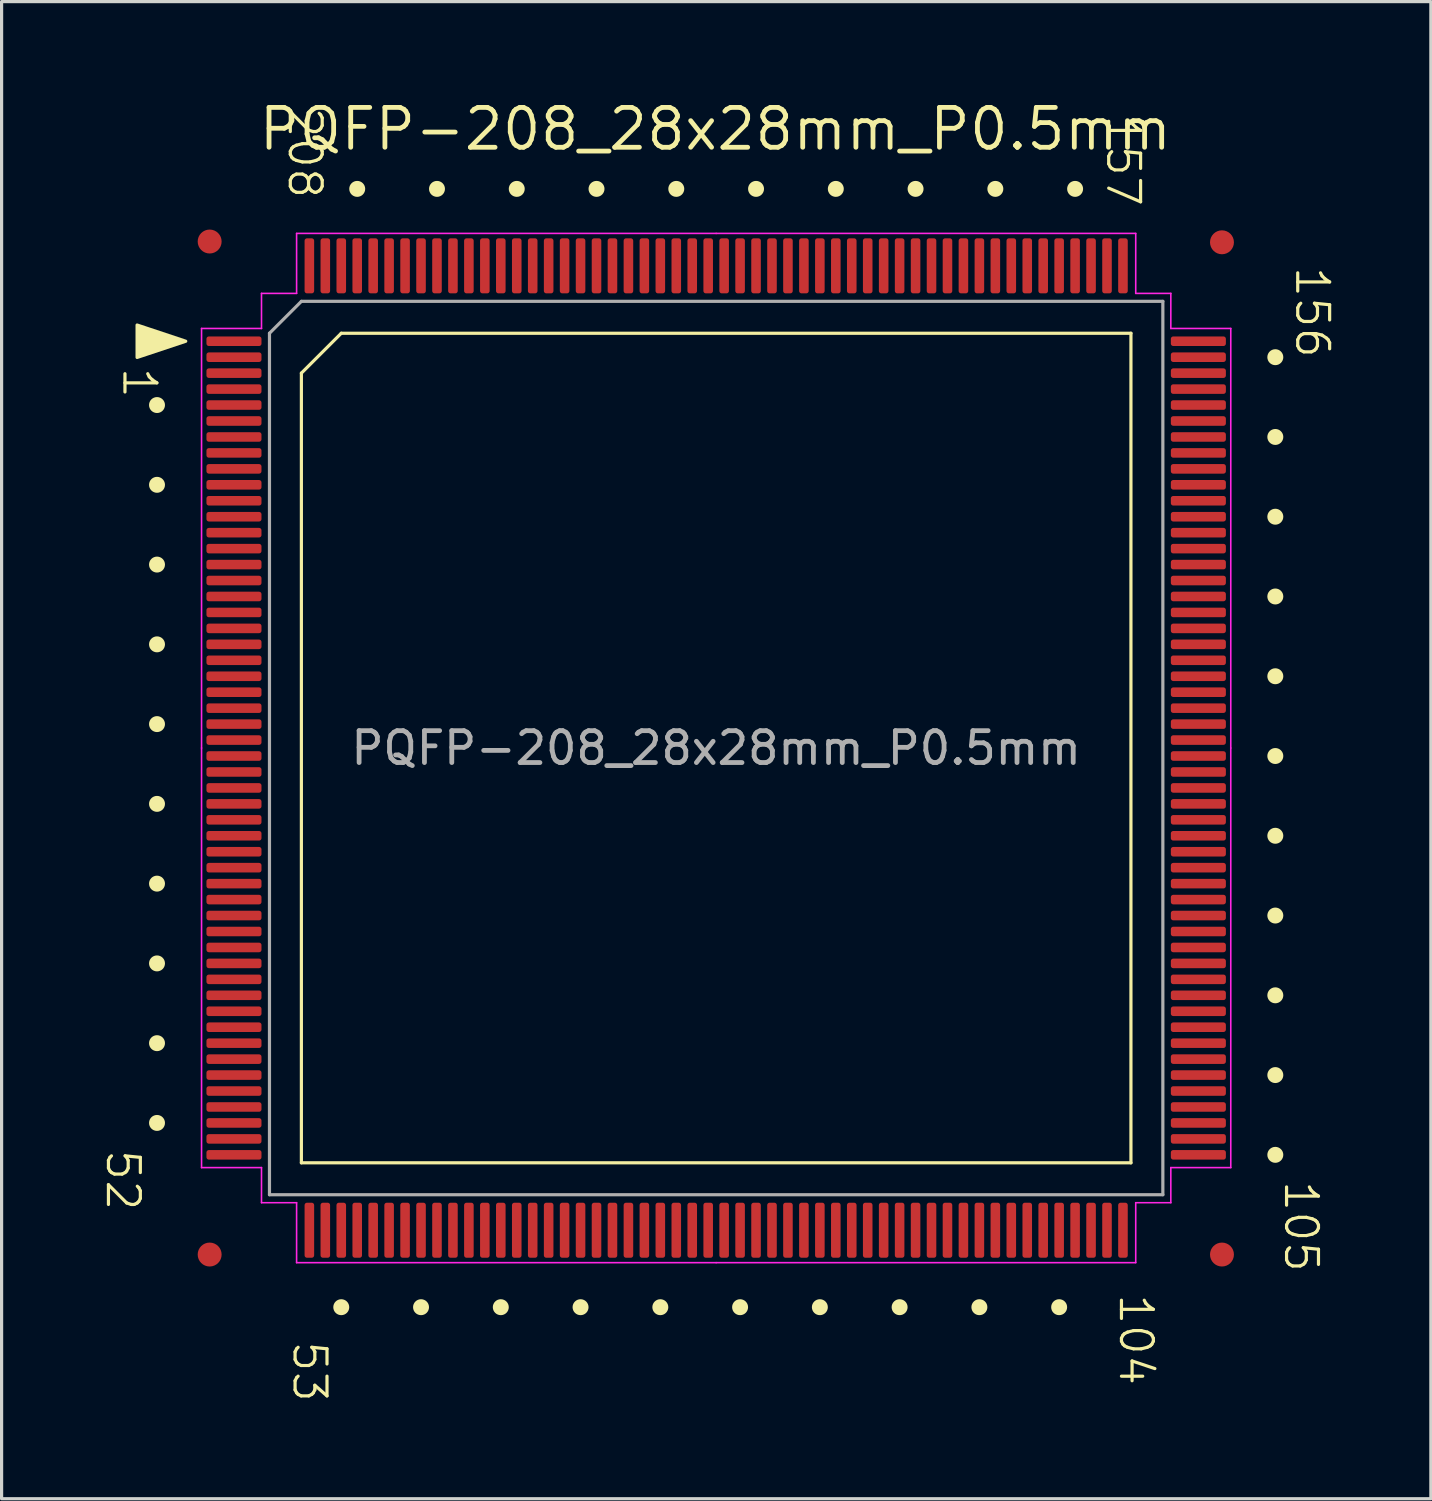
<source format=kicad_pcb>
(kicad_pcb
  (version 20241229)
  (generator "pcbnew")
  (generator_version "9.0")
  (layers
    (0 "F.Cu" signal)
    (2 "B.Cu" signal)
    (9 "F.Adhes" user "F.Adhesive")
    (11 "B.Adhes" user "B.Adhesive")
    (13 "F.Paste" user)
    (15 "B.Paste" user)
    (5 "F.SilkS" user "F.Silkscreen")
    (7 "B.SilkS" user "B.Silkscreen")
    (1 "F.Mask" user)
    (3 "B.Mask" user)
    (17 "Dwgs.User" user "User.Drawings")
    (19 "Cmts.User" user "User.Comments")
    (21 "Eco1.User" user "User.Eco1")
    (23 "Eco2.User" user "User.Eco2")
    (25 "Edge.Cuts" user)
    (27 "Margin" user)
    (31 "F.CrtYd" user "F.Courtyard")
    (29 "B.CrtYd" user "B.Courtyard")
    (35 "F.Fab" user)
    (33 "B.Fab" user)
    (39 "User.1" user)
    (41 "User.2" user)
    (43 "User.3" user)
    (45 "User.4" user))
  (footprint "PQFP-208_28x28mm_P0.5mm"
    (layer "F.Cu")
    (at 19.396 20.395)
    (property "Reference" "PQFP-208_28x28mm_P0.5mm" (at -0.025 -19.4 0) (layer "F.SilkS") (effects (font (size 1.25 1.25) (thickness 0.15))))
    (attr smd)
    (fp_rect (start -14.353 -17.375) (end -17.353 -14.375) (stroke (width 0) (type solid)) (fill yes) (layer "F.Mask"))
    (fp_rect (start -14.353 14.375) (end -17.353 17.375) (stroke (width 0) (type solid)) (fill yes) (layer "F.Mask"))
    (fp_rect (start 17.375 -17.351) (end 14.375 -14.351) (stroke (width 0) (type solid)) (fill yes) (layer "F.Mask"))
    (fp_rect (start 17.375 14.375) (end 14.375 17.375) (stroke (width 0) (type solid)) (fill yes) (layer "F.Mask"))
    (fp_line (start -13 -11.75) (end -11.75 -13) (stroke (width 0.1) (type solid)) (layer "F.SilkS"))
    (fp_line (start -13 13) (end -13 -11.75) (stroke (width 0.1) (type solid)) (layer "F.SilkS"))
    (fp_line (start -11.75 -13) (end 13 -13) (stroke (width 0.1) (type solid)) (layer "F.SilkS"))
    (fp_line (start 13 -13) (end 13 13) (stroke (width 0.1) (type solid)) (layer "F.SilkS"))
    (fp_line (start 13 13) (end -13 13) (stroke (width 0.1) (type solid)) (layer "F.SilkS"))
    (fp_circle (center -17.525 -10.75) (end -17.325 -10.75) (stroke (width 0.1) (type solid)) (fill yes) (layer "F.SilkS"))
    (fp_circle (center -17.525 -8.25) (end -17.325 -8.25) (stroke (width 0.1) (type solid)) (fill yes) (layer "F.SilkS"))
    (fp_circle (center -17.525 -5.75) (end -17.325 -5.75) (stroke (width 0.1) (type solid)) (fill yes) (layer "F.SilkS"))
    (fp_circle (center -17.525 -3.25) (end -17.325 -3.25) (stroke (width 0.1) (type solid)) (fill yes) (layer "F.SilkS"))
    (fp_circle (center -17.525 -0.75) (end -17.325 -0.75) (stroke (width 0.1) (type solid)) (fill yes) (layer "F.SilkS"))
    (fp_circle (center -17.525 1.75) (end -17.325 1.75) (stroke (width 0.1) (type solid)) (fill yes) (layer "F.SilkS"))
    (fp_circle (center -17.525 4.25) (end -17.325 4.25) (stroke (width 0.1) (type solid)) (fill yes) (layer "F.SilkS"))
    (fp_circle (center -17.525 6.75) (end -17.325 6.75) (stroke (width 0.1) (type solid)) (fill yes) (layer "F.SilkS"))
    (fp_circle (center -17.525 9.25) (end -17.325 9.25) (stroke (width 0.1) (type solid)) (fill yes) (layer "F.SilkS"))
    (fp_circle (center -17.525 11.75) (end -17.325 11.75) (stroke (width 0.1) (type solid)) (fill yes) (layer "F.SilkS"))
    (fp_circle (center -11.75 17.525) (end -11.55 17.525) (stroke (width 0.1) (type solid)) (fill yes) (layer "F.SilkS"))
    (fp_circle (center -11.25 -17.525) (end -11.05 -17.525) (stroke (width 0.1) (type solid)) (fill yes) (layer "F.SilkS"))
    (fp_circle (center -9.25 17.525) (end -9.05 17.525) (stroke (width 0.1) (type solid)) (fill yes) (layer "F.SilkS"))
    (fp_circle (center -8.75 -17.525) (end -8.55 -17.525) (stroke (width 0.1) (type solid)) (fill yes) (layer "F.SilkS"))
    (fp_circle (center -6.75 17.525) (end -6.55 17.525) (stroke (width 0.1) (type solid)) (fill yes) (layer "F.SilkS"))
    (fp_circle (center -6.25 -17.525) (end -6.05 -17.525) (stroke (width 0.1) (type solid)) (fill yes) (layer "F.SilkS"))
    (fp_circle (center -4.25 17.525) (end -4.05 17.525) (stroke (width 0.1) (type solid)) (fill yes) (layer "F.SilkS"))
    (fp_circle (center -3.75 -17.525) (end -3.55 -17.525) (stroke (width 0.1) (type solid)) (fill yes) (layer "F.SilkS"))
    (fp_circle (center -1.75 17.525) (end -1.55 17.525) (stroke (width 0.1) (type solid)) (fill yes) (layer "F.SilkS"))
    (fp_circle (center -1.25 -17.525) (end -1.05 -17.525) (stroke (width 0.1) (type solid)) (fill yes) (layer "F.SilkS"))
    (fp_circle (center 0.75 17.525) (end 0.95 17.525) (stroke (width 0.1) (type solid)) (fill yes) (layer "F.SilkS"))
    (fp_circle (center 1.25 -17.525) (end 1.45 -17.525) (stroke (width 0.1) (type solid)) (fill yes) (layer "F.SilkS"))
    (fp_circle (center 3.25 17.525) (end 3.45 17.525) (stroke (width 0.1) (type solid)) (fill yes) (layer "F.SilkS"))
    (fp_circle (center 3.75 -17.525) (end 3.95 -17.525) (stroke (width 0.1) (type solid)) (fill yes) (layer "F.SilkS"))
    (fp_circle (center 5.75 17.525) (end 5.95 17.525) (stroke (width 0.1) (type solid)) (fill yes) (layer "F.SilkS"))
    (fp_circle (center 6.25 -17.525) (end 6.45 -17.525) (stroke (width 0.1) (type solid)) (fill yes) (layer "F.SilkS"))
    (fp_circle (center 8.25 17.525) (end 8.45 17.525) (stroke (width 0.1) (type solid)) (fill yes) (layer "F.SilkS"))
    (fp_circle (center 8.75 -17.525) (end 8.95 -17.525) (stroke (width 0.1) (type solid)) (fill yes) (layer "F.SilkS"))
    (fp_circle (center 10.75 17.525) (end 10.95 17.525) (stroke (width 0.1) (type solid)) (fill yes) (layer "F.SilkS"))
    (fp_circle (center 11.25 -17.525) (end 11.45 -17.525) (stroke (width 0.1) (type solid)) (fill yes) (layer "F.SilkS"))
    (fp_circle (center 17.525 -12.25) (end 17.725 -12.25) (stroke (width 0.1) (type solid)) (fill yes) (layer "F.SilkS"))
    (fp_circle (center 17.525 -9.75) (end 17.725 -9.75) (stroke (width 0.1) (type solid)) (fill yes) (layer "F.SilkS"))
    (fp_circle (center 17.525 -7.25) (end 17.725 -7.25) (stroke (width 0.1) (type solid)) (fill yes) (layer "F.SilkS"))
    (fp_circle (center 17.525 -4.75) (end 17.725 -4.75) (stroke (width 0.1) (type solid)) (fill yes) (layer "F.SilkS"))
    (fp_circle (center 17.525 -2.25) (end 17.725 -2.25) (stroke (width 0.1) (type solid)) (fill yes) (layer "F.SilkS"))
    (fp_circle (center 17.525 0.25) (end 17.725 0.25) (stroke (width 0.1) (type solid)) (fill yes) (layer "F.SilkS"))
    (fp_circle (center 17.525 2.75) (end 17.725 2.75) (stroke (width 0.1) (type solid)) (fill yes) (layer "F.SilkS"))
    (fp_circle (center 17.525 5.25) (end 17.725 5.25) (stroke (width 0.1) (type solid)) (fill yes) (layer "F.SilkS"))
    (fp_circle (center 17.525 7.75) (end 17.725 7.75) (stroke (width 0.1) (type solid)) (fill yes) (layer "F.SilkS"))
    (fp_circle (center 17.525 10.25) (end 17.725 10.25) (stroke (width 0.1) (type solid)) (fill yes) (layer "F.SilkS"))
    (fp_circle (center 17.525 12.75) (end 17.725 12.75) (stroke (width 0.1) (type solid)) (fill yes) (layer "F.SilkS"))
    (fp_poly (pts (xy -16.625 -12.75) (xy -18.149 -13.258) (xy -18.149 -12.242)) (stroke (width 0.1) (type solid)) (fill yes) (layer "F.SilkS"))
    (fp_line (start -16.129 -13.15) (end -16.129 0) (stroke (width 0.05) (type solid)) (layer "F.CrtYd"))
    (fp_line (start -16.129 13.15) (end -16.129 0) (stroke (width 0.05) (type solid)) (layer "F.CrtYd"))
    (fp_line (start -14.25 -14.25) (end -14.25 -13.15) (stroke (width 0.05) (type solid)) (layer "F.CrtYd"))
    (fp_line (start -14.25 -13.15) (end -16.129 -13.15) (stroke (width 0.05) (type solid)) (layer "F.CrtYd"))
    (fp_line (start -14.25 13.15) (end -16.129 13.15) (stroke (width 0.05) (type solid)) (layer "F.CrtYd"))
    (fp_line (start -14.25 14.25) (end -14.25 13.15) (stroke (width 0.05) (type solid)) (layer "F.CrtYd"))
    (fp_line (start -13.15 -16.129) (end -13.15 -14.25) (stroke (width 0.05) (type solid)) (layer "F.CrtYd"))
    (fp_line (start -13.15 -14.25) (end -14.25 -14.25) (stroke (width 0.05) (type solid)) (layer "F.CrtYd"))
    (fp_line (start -13.15 14.25) (end -14.25 14.25) (stroke (width 0.05) (type solid)) (layer "F.CrtYd"))
    (fp_line (start -13.15 16.129) (end -13.15 14.25) (stroke (width 0.05) (type solid)) (layer "F.CrtYd"))
    (fp_line (start 0 -16.129) (end -13.15 -16.129) (stroke (width 0.05) (type solid)) (layer "F.CrtYd"))
    (fp_line (start 0 -16.129) (end 13.15 -16.129) (stroke (width 0.05) (type solid)) (layer "F.CrtYd"))
    (fp_line (start 0 16.129) (end -13.15 16.129) (stroke (width 0.05) (type solid)) (layer "F.CrtYd"))
    (fp_line (start 0 16.129) (end 13.15 16.129) (stroke (width 0.05) (type solid)) (layer "F.CrtYd"))
    (fp_line (start 13.15 -16.129) (end 13.15 -14.25) (stroke (width 0.05) (type solid)) (layer "F.CrtYd"))
    (fp_line (start 13.15 -14.25) (end 14.25 -14.25) (stroke (width 0.05) (type solid)) (layer "F.CrtYd"))
    (fp_line (start 13.15 14.25) (end 14.25 14.25) (stroke (width 0.05) (type solid)) (layer "F.CrtYd"))
    (fp_line (start 13.15 16.129) (end 13.15 14.25) (stroke (width 0.05) (type solid)) (layer "F.CrtYd"))
    (fp_line (start 14.25 -14.25) (end 14.25 -13.15) (stroke (width 0.05) (type solid)) (layer "F.CrtYd"))
    (fp_line (start 14.25 -13.15) (end 16.129 -13.15) (stroke (width 0.05) (type solid)) (layer "F.CrtYd"))
    (fp_line (start 14.25 13.15) (end 16.129 13.15) (stroke (width 0.05) (type solid)) (layer "F.CrtYd"))
    (fp_line (start 14.25 14.25) (end 14.25 13.15) (stroke (width 0.05) (type solid)) (layer "F.CrtYd"))
    (fp_line (start 16.129 -13.15) (end 16.129 0) (stroke (width 0.05) (type solid)) (layer "F.CrtYd"))
    (fp_line (start 16.129 13.15) (end 16.129 0) (stroke (width 0.05) (type solid)) (layer "F.CrtYd"))
    (fp_line (start -14 -13) (end -13 -14) (stroke (width 0.1) (type solid)) (layer "F.Fab"))
    (fp_line (start -14 14) (end -14 -13) (stroke (width 0.1) (type solid)) (layer "F.Fab"))
    (fp_line (start -13 -14) (end 14 -14) (stroke (width 0.1) (type solid)) (layer "F.Fab"))
    (fp_line (start 14 -14) (end 14 14) (stroke (width 0.1) (type solid)) (layer "F.Fab"))
    (fp_line (start 14 14) (end -14 14) (stroke (width 0.1) (type solid)) (layer "F.Fab"))
    (fp_text user "208" (at -13.475 -20.15 270) (unlocked yes) (layer "F.SilkS") (effects (font (size 1 1) (thickness 0.1)) (justify left bottom)))
    (fp_text user "53" (at -13.325 18.525 270) (unlocked yes) (layer "F.SilkS") (effects (font (size 1 1) (thickness 0.1)) (justify left bottom)))
    (fp_text user "104" (at 12.575 17.05 270) (unlocked yes) (layer "F.SilkS") (effects (font (size 1 1) (thickness 0.1)) (justify left bottom)))
    (fp_text user "1" (at -18.657 -11.988 270) (unlocked yes) (layer "F.SilkS") (effects (font (size 1 1) (thickness 0.1)) (justify left bottom)))
    (fp_text user "157" (at 12.175 -19.9 270) (unlocked yes) (layer "F.SilkS") (effects (font (size 1 1) (thickness 0.1)) (justify left bottom)))
    (fp_text user "105" (at 17.75 13.5 270) (unlocked yes) (layer "F.SilkS") (effects (font (size 1 1) (thickness 0.1)) (justify left bottom)))
    (fp_text user "156" (at 18.1 -15.15 270) (unlocked yes) (layer "F.SilkS") (effects (font (size 1 1) (thickness 0.1)) (justify left bottom)))
    (fp_text user "52" (at -19.175 12.525 270) (unlocked yes) (layer "F.SilkS") (effects (font (size 1 1) (thickness 0.1)) (justify left bottom)))
    (fp_text user "${REFERENCE}" (at 0 0 0) (layer "F.Fab") (effects (font (size 1 1) (thickness 0.15))))
    (pad "0" smd circle (at -15.875 -15.875 270) (size 0.75 0.75) (layers "F.Cu" "F.Mask" "F.Paste"))
    (pad "0" smd circle (at -15.875 15.875 270) (size 0.75 0.75) (layers "F.Cu" "F.Mask" "F.Paste"))
    (pad "0" smd circle (at 15.853 -15.851 270) (size 0.75 0.75) (layers "F.Cu" "F.Mask" "F.Paste"))
    (pad "0" smd circle (at 15.853 15.875 270) (size 0.75 0.75) (layers "F.Cu" "F.Mask" "F.Paste"))
    (pad "1" smd roundrect (at -15.113 -12.75) (size 1.725 0.3) (layers "F.Cu" "F.Mask" "F.Paste") (roundrect_rratio 0.25))
    (pad "2" smd roundrect (at -15.113 -12.25) (size 1.725 0.3) (layers "F.Cu" "F.Mask" "F.Paste") (roundrect_rratio 0.25))
    (pad "3" smd roundrect (at -15.113 -11.75) (size 1.725 0.3) (layers "F.Cu" "F.Mask" "F.Paste") (roundrect_rratio 0.25))
    (pad "4" smd roundrect (at -15.113 -11.25) (size 1.725 0.3) (layers "F.Cu" "F.Mask" "F.Paste") (roundrect_rratio 0.25))
    (pad "5" smd roundrect (at -15.113 -10.75) (size 1.725 0.3) (layers "F.Cu" "F.Mask" "F.Paste") (roundrect_rratio 0.25))
    (pad "6" smd roundrect (at -15.113 -10.25) (size 1.725 0.3) (layers "F.Cu" "F.Mask" "F.Paste") (roundrect_rratio 0.25))
    (pad "7" smd roundrect (at -15.113 -9.75) (size 1.725 0.3) (layers "F.Cu" "F.Mask" "F.Paste") (roundrect_rratio 0.25))
    (pad "8" smd roundrect (at -15.113 -9.25) (size 1.725 0.3) (layers "F.Cu" "F.Mask" "F.Paste") (roundrect_rratio 0.25))
    (pad "9" smd roundrect (at -15.113 -8.75) (size 1.725 0.3) (layers "F.Cu" "F.Mask" "F.Paste") (roundrect_rratio 0.25))
    (pad "10" smd roundrect (at -15.113 -8.25) (size 1.725 0.3) (layers "F.Cu" "F.Mask" "F.Paste") (roundrect_rratio 0.25))
    (pad "11" smd roundrect (at -15.113 -7.75) (size 1.725 0.3) (layers "F.Cu" "F.Mask" "F.Paste") (roundrect_rratio 0.25))
    (pad "12" smd roundrect (at -15.113 -7.25) (size 1.725 0.3) (layers "F.Cu" "F.Mask" "F.Paste") (roundrect_rratio 0.25))
    (pad "13" smd roundrect (at -15.113 -6.75) (size 1.725 0.3) (layers "F.Cu" "F.Mask" "F.Paste") (roundrect_rratio 0.25))
    (pad "14" smd roundrect (at -15.113 -6.25) (size 1.725 0.3) (layers "F.Cu" "F.Mask" "F.Paste") (roundrect_rratio 0.25))
    (pad "15" smd roundrect (at -15.113 -5.75) (size 1.725 0.3) (layers "F.Cu" "F.Mask" "F.Paste") (roundrect_rratio 0.25))
    (pad "16" smd roundrect (at -15.113 -5.25) (size 1.725 0.3) (layers "F.Cu" "F.Mask" "F.Paste") (roundrect_rratio 0.25))
    (pad "17" smd roundrect (at -15.113 -4.75) (size 1.725 0.3) (layers "F.Cu" "F.Mask" "F.Paste") (roundrect_rratio 0.25))
    (pad "18" smd roundrect (at -15.113 -4.25) (size 1.725 0.3) (layers "F.Cu" "F.Mask" "F.Paste") (roundrect_rratio 0.25))
    (pad "19" smd roundrect (at -15.113 -3.75) (size 1.725 0.3) (layers "F.Cu" "F.Mask" "F.Paste") (roundrect_rratio 0.25))
    (pad "20" smd roundrect (at -15.113 -3.25) (size 1.725 0.3) (layers "F.Cu" "F.Mask" "F.Paste") (roundrect_rratio 0.25))
    (pad "21" smd roundrect (at -15.113 -2.75) (size 1.725 0.3) (layers "F.Cu" "F.Mask" "F.Paste") (roundrect_rratio 0.25))
    (pad "22" smd roundrect (at -15.113 -2.25) (size 1.725 0.3) (layers "F.Cu" "F.Mask" "F.Paste") (roundrect_rratio 0.25))
    (pad "23" smd roundrect (at -15.113 -1.75) (size 1.725 0.3) (layers "F.Cu" "F.Mask" "F.Paste") (roundrect_rratio 0.25))
    (pad "24" smd roundrect (at -15.113 -1.25) (size 1.725 0.3) (layers "F.Cu" "F.Mask" "F.Paste") (roundrect_rratio 0.25))
    (pad "25" smd roundrect (at -15.113 -0.75) (size 1.725 0.3) (layers "F.Cu" "F.Mask" "F.Paste") (roundrect_rratio 0.25))
    (pad "26" smd roundrect (at -15.113 -0.25) (size 1.725 0.3) (layers "F.Cu" "F.Mask" "F.Paste") (roundrect_rratio 0.25))
    (pad "27" smd roundrect (at -15.113 0.25) (size 1.725 0.3) (layers "F.Cu" "F.Mask" "F.Paste") (roundrect_rratio 0.25))
    (pad "28" smd roundrect (at -15.113 0.75) (size 1.725 0.3) (layers "F.Cu" "F.Mask" "F.Paste") (roundrect_rratio 0.25))
    (pad "29" smd roundrect (at -15.113 1.25) (size 1.725 0.3) (layers "F.Cu" "F.Mask" "F.Paste") (roundrect_rratio 0.25))
    (pad "30" smd roundrect (at -15.113 1.75) (size 1.725 0.3) (layers "F.Cu" "F.Mask" "F.Paste") (roundrect_rratio 0.25))
    (pad "31" smd roundrect (at -15.113 2.25) (size 1.725 0.3) (layers "F.Cu" "F.Mask" "F.Paste") (roundrect_rratio 0.25))
    (pad "32" smd roundrect (at -15.113 2.75) (size 1.725 0.3) (layers "F.Cu" "F.Mask" "F.Paste") (roundrect_rratio 0.25))
    (pad "33" smd roundrect (at -15.113 3.25) (size 1.725 0.3) (layers "F.Cu" "F.Mask" "F.Paste") (roundrect_rratio 0.25))
    (pad "34" smd roundrect (at -15.113 3.75) (size 1.725 0.3) (layers "F.Cu" "F.Mask" "F.Paste") (roundrect_rratio 0.25))
    (pad "35" smd roundrect (at -15.113 4.25) (size 1.725 0.3) (layers "F.Cu" "F.Mask" "F.Paste") (roundrect_rratio 0.25))
    (pad "36" smd roundrect (at -15.113 4.75) (size 1.725 0.3) (layers "F.Cu" "F.Mask" "F.Paste") (roundrect_rratio 0.25))
    (pad "37" smd roundrect (at -15.113 5.25) (size 1.725 0.3) (layers "F.Cu" "F.Mask" "F.Paste") (roundrect_rratio 0.25))
    (pad "38" smd roundrect (at -15.113 5.75) (size 1.725 0.3) (layers "F.Cu" "F.Mask" "F.Paste") (roundrect_rratio 0.25))
    (pad "39" smd roundrect (at -15.113 6.25) (size 1.725 0.3) (layers "F.Cu" "F.Mask" "F.Paste") (roundrect_rratio 0.25))
    (pad "40" smd roundrect (at -15.113 6.75) (size 1.725 0.3) (layers "F.Cu" "F.Mask" "F.Paste") (roundrect_rratio 0.25))
    (pad "41" smd roundrect (at -15.113 7.25) (size 1.725 0.3) (layers "F.Cu" "F.Mask" "F.Paste") (roundrect_rratio 0.25))
    (pad "42" smd roundrect (at -15.113 7.75) (size 1.725 0.3) (layers "F.Cu" "F.Mask" "F.Paste") (roundrect_rratio 0.25))
    (pad "43" smd roundrect (at -15.113 8.25) (size 1.725 0.3) (layers "F.Cu" "F.Mask" "F.Paste") (roundrect_rratio 0.25))
    (pad "44" smd roundrect (at -15.113 8.75) (size 1.725 0.3) (layers "F.Cu" "F.Mask" "F.Paste") (roundrect_rratio 0.25))
    (pad "45" smd roundrect (at -15.113 9.25) (size 1.725 0.3) (layers "F.Cu" "F.Mask" "F.Paste") (roundrect_rratio 0.25))
    (pad "46" smd roundrect (at -15.113 9.75) (size 1.725 0.3) (layers "F.Cu" "F.Mask" "F.Paste") (roundrect_rratio 0.25))
    (pad "47" smd roundrect (at -15.113 10.25) (size 1.725 0.3) (layers "F.Cu" "F.Mask" "F.Paste") (roundrect_rratio 0.25))
    (pad "48" smd roundrect (at -15.113 10.75) (size 1.725 0.3) (layers "F.Cu" "F.Mask" "F.Paste") (roundrect_rratio 0.25))
    (pad "49" smd roundrect (at -15.113 11.25) (size 1.725 0.3) (layers "F.Cu" "F.Mask" "F.Paste") (roundrect_rratio 0.25))
    (pad "50" smd roundrect (at -15.113 11.75) (size 1.725 0.3) (layers "F.Cu" "F.Mask" "F.Paste") (roundrect_rratio 0.25))
    (pad "51" smd roundrect (at -15.113 12.25) (size 1.725 0.3) (layers "F.Cu" "F.Mask" "F.Paste") (roundrect_rratio 0.25))
    (pad "52" smd roundrect (at -15.113 12.75) (size 1.725 0.3) (layers "F.Cu" "F.Mask" "F.Paste") (roundrect_rratio 0.25))
    (pad "53" smd roundrect (at -12.75 15.113) (size 0.3 1.725) (layers "F.Cu" "F.Mask" "F.Paste") (roundrect_rratio 0.25))
    (pad "54" smd roundrect (at -12.25 15.113) (size 0.3 1.725) (layers "F.Cu" "F.Mask" "F.Paste") (roundrect_rratio 0.25))
    (pad "55" smd roundrect (at -11.75 15.113) (size 0.3 1.725) (layers "F.Cu" "F.Mask" "F.Paste") (roundrect_rratio 0.25))
    (pad "56" smd roundrect (at -11.25 15.113) (size 0.3 1.725) (layers "F.Cu" "F.Mask" "F.Paste") (roundrect_rratio 0.25))
    (pad "57" smd roundrect (at -10.75 15.113) (size 0.3 1.725) (layers "F.Cu" "F.Mask" "F.Paste") (roundrect_rratio 0.25))
    (pad "58" smd roundrect (at -10.25 15.113) (size 0.3 1.725) (layers "F.Cu" "F.Mask" "F.Paste") (roundrect_rratio 0.25))
    (pad "59" smd roundrect (at -9.75 15.113) (size 0.3 1.725) (layers "F.Cu" "F.Mask" "F.Paste") (roundrect_rratio 0.25))
    (pad "60" smd roundrect (at -9.25 15.113) (size 0.3 1.725) (layers "F.Cu" "F.Mask" "F.Paste") (roundrect_rratio 0.25))
    (pad "61" smd roundrect (at -8.75 15.113) (size 0.3 1.725) (layers "F.Cu" "F.Mask" "F.Paste") (roundrect_rratio 0.25))
    (pad "62" smd roundrect (at -8.25 15.113) (size 0.3 1.725) (layers "F.Cu" "F.Mask" "F.Paste") (roundrect_rratio 0.25))
    (pad "63" smd roundrect (at -7.75 15.113) (size 0.3 1.725) (layers "F.Cu" "F.Mask" "F.Paste") (roundrect_rratio 0.25))
    (pad "64" smd roundrect (at -7.25 15.113) (size 0.3 1.725) (layers "F.Cu" "F.Mask" "F.Paste") (roundrect_rratio 0.25))
    (pad "65" smd roundrect (at -6.75 15.113) (size 0.3 1.725) (layers "F.Cu" "F.Mask" "F.Paste") (roundrect_rratio 0.25))
    (pad "66" smd roundrect (at -6.25 15.113) (size 0.3 1.725) (layers "F.Cu" "F.Mask" "F.Paste") (roundrect_rratio 0.25))
    (pad "67" smd roundrect (at -5.75 15.113) (size 0.3 1.725) (layers "F.Cu" "F.Mask" "F.Paste") (roundrect_rratio 0.25))
    (pad "68" smd roundrect (at -5.25 15.113) (size 0.3 1.725) (layers "F.Cu" "F.Mask" "F.Paste") (roundrect_rratio 0.25))
    (pad "69" smd roundrect (at -4.75 15.113) (size 0.3 1.725) (layers "F.Cu" "F.Mask" "F.Paste") (roundrect_rratio 0.25))
    (pad "70" smd roundrect (at -4.25 15.113) (size 0.3 1.725) (layers "F.Cu" "F.Mask" "F.Paste") (roundrect_rratio 0.25))
    (pad "71" smd roundrect (at -3.75 15.113) (size 0.3 1.725) (layers "F.Cu" "F.Mask" "F.Paste") (roundrect_rratio 0.25))
    (pad "72" smd roundrect (at -3.25 15.113) (size 0.3 1.725) (layers "F.Cu" "F.Mask" "F.Paste") (roundrect_rratio 0.25))
    (pad "73" smd roundrect (at -2.75 15.113) (size 0.3 1.725) (layers "F.Cu" "F.Mask" "F.Paste") (roundrect_rratio 0.25))
    (pad "74" smd roundrect (at -2.25 15.113) (size 0.3 1.725) (layers "F.Cu" "F.Mask" "F.Paste") (roundrect_rratio 0.25))
    (pad "75" smd roundrect (at -1.75 15.113) (size 0.3 1.725) (layers "F.Cu" "F.Mask" "F.Paste") (roundrect_rratio 0.25))
    (pad "76" smd roundrect (at -1.25 15.113) (size 0.3 1.725) (layers "F.Cu" "F.Mask" "F.Paste") (roundrect_rratio 0.25))
    (pad "77" smd roundrect (at -0.75 15.113) (size 0.3 1.725) (layers "F.Cu" "F.Mask" "F.Paste") (roundrect_rratio 0.25))
    (pad "78" smd roundrect (at -0.25 15.113) (size 0.3 1.725) (layers "F.Cu" "F.Mask" "F.Paste") (roundrect_rratio 0.25))
    (pad "79" smd roundrect (at 0.25 15.113) (size 0.3 1.725) (layers "F.Cu" "F.Mask" "F.Paste") (roundrect_rratio 0.25))
    (pad "80" smd roundrect (at 0.75 15.113) (size 0.3 1.725) (layers "F.Cu" "F.Mask" "F.Paste") (roundrect_rratio 0.25))
    (pad "81" smd roundrect (at 1.25 15.113) (size 0.3 1.725) (layers "F.Cu" "F.Mask" "F.Paste") (roundrect_rratio 0.25))
    (pad "82" smd roundrect (at 1.75 15.113) (size 0.3 1.725) (layers "F.Cu" "F.Mask" "F.Paste") (roundrect_rratio 0.25))
    (pad "83" smd roundrect (at 2.25 15.113) (size 0.3 1.725) (layers "F.Cu" "F.Mask" "F.Paste") (roundrect_rratio 0.25))
    (pad "84" smd roundrect (at 2.75 15.113) (size 0.3 1.725) (layers "F.Cu" "F.Mask" "F.Paste") (roundrect_rratio 0.25))
    (pad "85" smd roundrect (at 3.25 15.113) (size 0.3 1.725) (layers "F.Cu" "F.Mask" "F.Paste") (roundrect_rratio 0.25))
    (pad "86" smd roundrect (at 3.75 15.113) (size 0.3 1.725) (layers "F.Cu" "F.Mask" "F.Paste") (roundrect_rratio 0.25))
    (pad "87" smd roundrect (at 4.25 15.113) (size 0.3 1.725) (layers "F.Cu" "F.Mask" "F.Paste") (roundrect_rratio 0.25))
    (pad "88" smd roundrect (at 4.75 15.113) (size 0.3 1.725) (layers "F.Cu" "F.Mask" "F.Paste") (roundrect_rratio 0.25))
    (pad "89" smd roundrect (at 5.25 15.113) (size 0.3 1.725) (layers "F.Cu" "F.Mask" "F.Paste") (roundrect_rratio 0.25))
    (pad "90" smd roundrect (at 5.75 15.113) (size 0.3 1.725) (layers "F.Cu" "F.Mask" "F.Paste") (roundrect_rratio 0.25))
    (pad "91" smd roundrect (at 6.25 15.113) (size 0.3 1.725) (layers "F.Cu" "F.Mask" "F.Paste") (roundrect_rratio 0.25))
    (pad "92" smd roundrect (at 6.75 15.113) (size 0.3 1.725) (layers "F.Cu" "F.Mask" "F.Paste") (roundrect_rratio 0.25))
    (pad "93" smd roundrect (at 7.25 15.113) (size 0.3 1.725) (layers "F.Cu" "F.Mask" "F.Paste") (roundrect_rratio 0.25))
    (pad "94" smd roundrect (at 7.75 15.113) (size 0.3 1.725) (layers "F.Cu" "F.Mask" "F.Paste") (roundrect_rratio 0.25))
    (pad "95" smd roundrect (at 8.25 15.113) (size 0.3 1.725) (layers "F.Cu" "F.Mask" "F.Paste") (roundrect_rratio 0.25))
    (pad "96" smd roundrect (at 8.75 15.113) (size 0.3 1.725) (layers "F.Cu" "F.Mask" "F.Paste") (roundrect_rratio 0.25))
    (pad "97" smd roundrect (at 9.25 15.113) (size 0.3 1.725) (layers "F.Cu" "F.Mask" "F.Paste") (roundrect_rratio 0.25))
    (pad "98" smd roundrect (at 9.75 15.113) (size 0.3 1.725) (layers "F.Cu" "F.Mask" "F.Paste") (roundrect_rratio 0.25))
    (pad "99" smd roundrect (at 10.25 15.113) (size 0.3 1.725) (layers "F.Cu" "F.Mask" "F.Paste") (roundrect_rratio 0.25))
    (pad "100" smd roundrect (at 10.75 15.113) (size 0.3 1.725) (layers "F.Cu" "F.Mask" "F.Paste") (roundrect_rratio 0.25))
    (pad "101" smd roundrect (at 11.25 15.113) (size 0.3 1.725) (layers "F.Cu" "F.Mask" "F.Paste") (roundrect_rratio 0.25))
    (pad "102" smd roundrect (at 11.75 15.113) (size 0.3 1.725) (layers "F.Cu" "F.Mask" "F.Paste") (roundrect_rratio 0.25))
    (pad "103" smd roundrect (at 12.25 15.113) (size 0.3 1.725) (layers "F.Cu" "F.Mask" "F.Paste") (roundrect_rratio 0.25))
    (pad "104" smd roundrect (at 12.75 15.113) (size 0.3 1.725) (layers "F.Cu" "F.Mask" "F.Paste") (roundrect_rratio 0.25))
    (pad "105" smd roundrect (at 15.113 12.75) (size 1.725 0.3) (layers "F.Cu" "F.Mask" "F.Paste") (roundrect_rratio 0.25))
    (pad "106" smd roundrect (at 15.113 12.25) (size 1.725 0.3) (layers "F.Cu" "F.Mask" "F.Paste") (roundrect_rratio 0.25))
    (pad "107" smd roundrect (at 15.113 11.75) (size 1.725 0.3) (layers "F.Cu" "F.Mask" "F.Paste") (roundrect_rratio 0.25))
    (pad "108" smd roundrect (at 15.113 11.25) (size 1.725 0.3) (layers "F.Cu" "F.Mask" "F.Paste") (roundrect_rratio 0.25))
    (pad "109" smd roundrect (at 15.113 10.75) (size 1.725 0.3) (layers "F.Cu" "F.Mask" "F.Paste") (roundrect_rratio 0.25))
    (pad "110" smd roundrect (at 15.113 10.25) (size 1.725 0.3) (layers "F.Cu" "F.Mask" "F.Paste") (roundrect_rratio 0.25))
    (pad "111" smd roundrect (at 15.113 9.75) (size 1.725 0.3) (layers "F.Cu" "F.Mask" "F.Paste") (roundrect_rratio 0.25))
    (pad "112" smd roundrect (at 15.113 9.25) (size 1.725 0.3) (layers "F.Cu" "F.Mask" "F.Paste") (roundrect_rratio 0.25))
    (pad "113" smd roundrect (at 15.113 8.75) (size 1.725 0.3) (layers "F.Cu" "F.Mask" "F.Paste") (roundrect_rratio 0.25))
    (pad "114" smd roundrect (at 15.113 8.25) (size 1.725 0.3) (layers "F.Cu" "F.Mask" "F.Paste") (roundrect_rratio 0.25))
    (pad "115" smd roundrect (at 15.113 7.75) (size 1.725 0.3) (layers "F.Cu" "F.Mask" "F.Paste") (roundrect_rratio 0.25))
    (pad "116" smd roundrect (at 15.113 7.25) (size 1.725 0.3) (layers "F.Cu" "F.Mask" "F.Paste") (roundrect_rratio 0.25))
    (pad "117" smd roundrect (at 15.113 6.75) (size 1.725 0.3) (layers "F.Cu" "F.Mask" "F.Paste") (roundrect_rratio 0.25))
    (pad "118" smd roundrect (at 15.113 6.25) (size 1.725 0.3) (layers "F.Cu" "F.Mask" "F.Paste") (roundrect_rratio 0.25))
    (pad "119" smd roundrect (at 15.113 5.75) (size 1.725 0.3) (layers "F.Cu" "F.Mask" "F.Paste") (roundrect_rratio 0.25))
    (pad "120" smd roundrect (at 15.113 5.25) (size 1.725 0.3) (layers "F.Cu" "F.Mask" "F.Paste") (roundrect_rratio 0.25))
    (pad "121" smd roundrect (at 15.113 4.75) (size 1.725 0.3) (layers "F.Cu" "F.Mask" "F.Paste") (roundrect_rratio 0.25))
    (pad "122" smd roundrect (at 15.113 4.25) (size 1.725 0.3) (layers "F.Cu" "F.Mask" "F.Paste") (roundrect_rratio 0.25))
    (pad "123" smd roundrect (at 15.113 3.75) (size 1.725 0.3) (layers "F.Cu" "F.Mask" "F.Paste") (roundrect_rratio 0.25))
    (pad "124" smd roundrect (at 15.113 3.25) (size 1.725 0.3) (layers "F.Cu" "F.Mask" "F.Paste") (roundrect_rratio 0.25))
    (pad "125" smd roundrect (at 15.113 2.75) (size 1.725 0.3) (layers "F.Cu" "F.Mask" "F.Paste") (roundrect_rratio 0.25))
    (pad "126" smd roundrect (at 15.113 2.25) (size 1.725 0.3) (layers "F.Cu" "F.Mask" "F.Paste") (roundrect_rratio 0.25))
    (pad "127" smd roundrect (at 15.113 1.75) (size 1.725 0.3) (layers "F.Cu" "F.Mask" "F.Paste") (roundrect_rratio 0.25))
    (pad "128" smd roundrect (at 15.113 1.25) (size 1.725 0.3) (layers "F.Cu" "F.Mask" "F.Paste") (roundrect_rratio 0.25))
    (pad "129" smd roundrect (at 15.113 0.75) (size 1.725 0.3) (layers "F.Cu" "F.Mask" "F.Paste") (roundrect_rratio 0.25))
    (pad "130" smd roundrect (at 15.113 0.25) (size 1.725 0.3) (layers "F.Cu" "F.Mask" "F.Paste") (roundrect_rratio 0.25))
    (pad "131" smd roundrect (at 15.113 -0.25) (size 1.725 0.3) (layers "F.Cu" "F.Mask" "F.Paste") (roundrect_rratio 0.25))
    (pad "132" smd roundrect (at 15.113 -0.75) (size 1.725 0.3) (layers "F.Cu" "F.Mask" "F.Paste") (roundrect_rratio 0.25))
    (pad "133" smd roundrect (at 15.113 -1.25) (size 1.725 0.3) (layers "F.Cu" "F.Mask" "F.Paste") (roundrect_rratio 0.25))
    (pad "134" smd roundrect (at 15.113 -1.75) (size 1.725 0.3) (layers "F.Cu" "F.Mask" "F.Paste") (roundrect_rratio 0.25))
    (pad "135" smd roundrect (at 15.113 -2.25) (size 1.725 0.3) (layers "F.Cu" "F.Mask" "F.Paste") (roundrect_rratio 0.25))
    (pad "136" smd roundrect (at 15.113 -2.75) (size 1.725 0.3) (layers "F.Cu" "F.Mask" "F.Paste") (roundrect_rratio 0.25))
    (pad "137" smd roundrect (at 15.113 -3.25) (size 1.725 0.3) (layers "F.Cu" "F.Mask" "F.Paste") (roundrect_rratio 0.25))
    (pad "138" smd roundrect (at 15.113 -3.75) (size 1.725 0.3) (layers "F.Cu" "F.Mask" "F.Paste") (roundrect_rratio 0.25))
    (pad "139" smd roundrect (at 15.113 -4.25) (size 1.725 0.3) (layers "F.Cu" "F.Mask" "F.Paste") (roundrect_rratio 0.25))
    (pad "140" smd roundrect (at 15.113 -4.75) (size 1.725 0.3) (layers "F.Cu" "F.Mask" "F.Paste") (roundrect_rratio 0.25))
    (pad "141" smd roundrect (at 15.113 -5.25) (size 1.725 0.3) (layers "F.Cu" "F.Mask" "F.Paste") (roundrect_rratio 0.25))
    (pad "142" smd roundrect (at 15.113 -5.75) (size 1.725 0.3) (layers "F.Cu" "F.Mask" "F.Paste") (roundrect_rratio 0.25))
    (pad "143" smd roundrect (at 15.113 -6.25) (size 1.725 0.3) (layers "F.Cu" "F.Mask" "F.Paste") (roundrect_rratio 0.25))
    (pad "144" smd roundrect (at 15.113 -6.75) (size 1.725 0.3) (layers "F.Cu" "F.Mask" "F.Paste") (roundrect_rratio 0.25))
    (pad "145" smd roundrect (at 15.113 -7.25) (size 1.725 0.3) (layers "F.Cu" "F.Mask" "F.Paste") (roundrect_rratio 0.25))
    (pad "146" smd roundrect (at 15.113 -7.75) (size 1.725 0.3) (layers "F.Cu" "F.Mask" "F.Paste") (roundrect_rratio 0.25))
    (pad "147" smd roundrect (at 15.113 -8.25) (size 1.725 0.3) (layers "F.Cu" "F.Mask" "F.Paste") (roundrect_rratio 0.25))
    (pad "148" smd roundrect (at 15.113 -8.75) (size 1.725 0.3) (layers "F.Cu" "F.Mask" "F.Paste") (roundrect_rratio 0.25))
    (pad "149" smd roundrect (at 15.113 -9.25) (size 1.725 0.3) (layers "F.Cu" "F.Mask" "F.Paste") (roundrect_rratio 0.25))
    (pad "150" smd roundrect (at 15.113 -9.75) (size 1.725 0.3) (layers "F.Cu" "F.Mask" "F.Paste") (roundrect_rratio 0.25))
    (pad "151" smd roundrect (at 15.113 -10.25) (size 1.725 0.3) (layers "F.Cu" "F.Mask" "F.Paste") (roundrect_rratio 0.25))
    (pad "152" smd roundrect (at 15.113 -10.75) (size 1.725 0.3) (layers "F.Cu" "F.Mask" "F.Paste") (roundrect_rratio 0.25))
    (pad "153" smd roundrect (at 15.113 -11.25) (size 1.725 0.3) (layers "F.Cu" "F.Mask" "F.Paste") (roundrect_rratio 0.25))
    (pad "154" smd roundrect (at 15.113 -11.75) (size 1.725 0.3) (layers "F.Cu" "F.Mask" "F.Paste") (roundrect_rratio 0.25))
    (pad "155" smd roundrect (at 15.113 -12.25) (size 1.725 0.3) (layers "F.Cu" "F.Mask" "F.Paste") (roundrect_rratio 0.25))
    (pad "156" smd roundrect (at 15.113 -12.75) (size 1.725 0.3) (layers "F.Cu" "F.Mask" "F.Paste") (roundrect_rratio 0.25))
    (pad "157" smd roundrect (at 12.75 -15.113) (size 0.3 1.725) (layers "F.Cu" "F.Mask" "F.Paste") (roundrect_rratio 0.25))
    (pad "158" smd roundrect (at 12.25 -15.113) (size 0.3 1.725) (layers "F.Cu" "F.Mask" "F.Paste") (roundrect_rratio 0.25))
    (pad "159" smd roundrect (at 11.75 -15.113) (size 0.3 1.725) (layers "F.Cu" "F.Mask" "F.Paste") (roundrect_rratio 0.25))
    (pad "160" smd roundrect (at 11.25 -15.113) (size 0.3 1.725) (layers "F.Cu" "F.Mask" "F.Paste") (roundrect_rratio 0.25))
    (pad "161" smd roundrect (at 10.75 -15.113) (size 0.3 1.725) (layers "F.Cu" "F.Mask" "F.Paste") (roundrect_rratio 0.25))
    (pad "162" smd roundrect (at 10.25 -15.113) (size 0.3 1.725) (layers "F.Cu" "F.Mask" "F.Paste") (roundrect_rratio 0.25))
    (pad "163" smd roundrect (at 9.75 -15.113) (size 0.3 1.725) (layers "F.Cu" "F.Mask" "F.Paste") (roundrect_rratio 0.25))
    (pad "164" smd roundrect (at 9.25 -15.113) (size 0.3 1.725) (layers "F.Cu" "F.Mask" "F.Paste") (roundrect_rratio 0.25))
    (pad "165" smd roundrect (at 8.75 -15.113) (size 0.3 1.725) (layers "F.Cu" "F.Mask" "F.Paste") (roundrect_rratio 0.25))
    (pad "166" smd roundrect (at 8.25 -15.113) (size 0.3 1.725) (layers "F.Cu" "F.Mask" "F.Paste") (roundrect_rratio 0.25))
    (pad "167" smd roundrect (at 7.75 -15.113) (size 0.3 1.725) (layers "F.Cu" "F.Mask" "F.Paste") (roundrect_rratio 0.25))
    (pad "168" smd roundrect (at 7.25 -15.113) (size 0.3 1.725) (layers "F.Cu" "F.Mask" "F.Paste") (roundrect_rratio 0.25))
    (pad "169" smd roundrect (at 6.75 -15.113) (size 0.3 1.725) (layers "F.Cu" "F.Mask" "F.Paste") (roundrect_rratio 0.25))
    (pad "170" smd roundrect (at 6.25 -15.113) (size 0.3 1.725) (layers "F.Cu" "F.Mask" "F.Paste") (roundrect_rratio 0.25))
    (pad "171" smd roundrect (at 5.75 -15.113) (size 0.3 1.725) (layers "F.Cu" "F.Mask" "F.Paste") (roundrect_rratio 0.25))
    (pad "172" smd roundrect (at 5.25 -15.113) (size 0.3 1.725) (layers "F.Cu" "F.Mask" "F.Paste") (roundrect_rratio 0.25))
    (pad "173" smd roundrect (at 4.75 -15.113) (size 0.3 1.725) (layers "F.Cu" "F.Mask" "F.Paste") (roundrect_rratio 0.25))
    (pad "174" smd roundrect (at 4.25 -15.113) (size 0.3 1.725) (layers "F.Cu" "F.Mask" "F.Paste") (roundrect_rratio 0.25))
    (pad "175" smd roundrect (at 3.75 -15.113) (size 0.3 1.725) (layers "F.Cu" "F.Mask" "F.Paste") (roundrect_rratio 0.25))
    (pad "176" smd roundrect (at 3.25 -15.113) (size 0.3 1.725) (layers "F.Cu" "F.Mask" "F.Paste") (roundrect_rratio 0.25))
    (pad "177" smd roundrect (at 2.75 -15.113) (size 0.3 1.725) (layers "F.Cu" "F.Mask" "F.Paste") (roundrect_rratio 0.25))
    (pad "178" smd roundrect (at 2.25 -15.113) (size 0.3 1.725) (layers "F.Cu" "F.Mask" "F.Paste") (roundrect_rratio 0.25))
    (pad "179" smd roundrect (at 1.75 -15.113) (size 0.3 1.725) (layers "F.Cu" "F.Mask" "F.Paste") (roundrect_rratio 0.25))
    (pad "180" smd roundrect (at 1.25 -15.113) (size 0.3 1.725) (layers "F.Cu" "F.Mask" "F.Paste") (roundrect_rratio 0.25))
    (pad "181" smd roundrect (at 0.75 -15.113) (size 0.3 1.725) (layers "F.Cu" "F.Mask" "F.Paste") (roundrect_rratio 0.25))
    (pad "182" smd roundrect (at 0.25 -15.113) (size 0.3 1.725) (layers "F.Cu" "F.Mask" "F.Paste") (roundrect_rratio 0.25))
    (pad "183" smd roundrect (at -0.25 -15.113) (size 0.3 1.725) (layers "F.Cu" "F.Mask" "F.Paste") (roundrect_rratio 0.25))
    (pad "184" smd roundrect (at -0.75 -15.113) (size 0.3 1.725) (layers "F.Cu" "F.Mask" "F.Paste") (roundrect_rratio 0.25))
    (pad "185" smd roundrect (at -1.25 -15.113) (size 0.3 1.725) (layers "F.Cu" "F.Mask" "F.Paste") (roundrect_rratio 0.25))
    (pad "186" smd roundrect (at -1.75 -15.113) (size 0.3 1.725) (layers "F.Cu" "F.Mask" "F.Paste") (roundrect_rratio 0.25))
    (pad "187" smd roundrect (at -2.25 -15.113) (size 0.3 1.725) (layers "F.Cu" "F.Mask" "F.Paste") (roundrect_rratio 0.25))
    (pad "188" smd roundrect (at -2.75 -15.113) (size 0.3 1.725) (layers "F.Cu" "F.Mask" "F.Paste") (roundrect_rratio 0.25))
    (pad "189" smd roundrect (at -3.25 -15.113) (size 0.3 1.725) (layers "F.Cu" "F.Mask" "F.Paste") (roundrect_rratio 0.25))
    (pad "190" smd roundrect (at -3.75 -15.113) (size 0.3 1.725) (layers "F.Cu" "F.Mask" "F.Paste") (roundrect_rratio 0.25))
    (pad "191" smd roundrect (at -4.25 -15.113) (size 0.3 1.725) (layers "F.Cu" "F.Mask" "F.Paste") (roundrect_rratio 0.25))
    (pad "192" smd roundrect (at -4.75 -15.113) (size 0.3 1.725) (layers "F.Cu" "F.Mask" "F.Paste") (roundrect_rratio 0.25))
    (pad "193" smd roundrect (at -5.25 -15.113) (size 0.3 1.725) (layers "F.Cu" "F.Mask" "F.Paste") (roundrect_rratio 0.25))
    (pad "194" smd roundrect (at -5.75 -15.113) (size 0.3 1.725) (layers "F.Cu" "F.Mask" "F.Paste") (roundrect_rratio 0.25))
    (pad "195" smd roundrect (at -6.25 -15.113) (size 0.3 1.725) (layers "F.Cu" "F.Mask" "F.Paste") (roundrect_rratio 0.25))
    (pad "196" smd roundrect (at -6.75 -15.113) (size 0.3 1.725) (layers "F.Cu" "F.Mask" "F.Paste") (roundrect_rratio 0.25))
    (pad "197" smd roundrect (at -7.25 -15.113) (size 0.3 1.725) (layers "F.Cu" "F.Mask" "F.Paste") (roundrect_rratio 0.25))
    (pad "198" smd roundrect (at -7.75 -15.113) (size 0.3 1.725) (layers "F.Cu" "F.Mask" "F.Paste") (roundrect_rratio 0.25))
    (pad "199" smd roundrect (at -8.25 -15.113) (size 0.3 1.725) (layers "F.Cu" "F.Mask" "F.Paste") (roundrect_rratio 0.25))
    (pad "200" smd roundrect (at -8.75 -15.113) (size 0.3 1.725) (layers "F.Cu" "F.Mask" "F.Paste") (roundrect_rratio 0.25))
    (pad "201" smd roundrect (at -9.25 -15.113) (size 0.3 1.725) (layers "F.Cu" "F.Mask" "F.Paste") (roundrect_rratio 0.25))
    (pad "202" smd roundrect (at -9.75 -15.113) (size 0.3 1.725) (layers "F.Cu" "F.Mask" "F.Paste") (roundrect_rratio 0.25))
    (pad "203" smd roundrect (at -10.25 -15.113) (size 0.3 1.725) (layers "F.Cu" "F.Mask" "F.Paste") (roundrect_rratio 0.25))
    (pad "204" smd roundrect (at -10.75 -15.113) (size 0.3 1.725) (layers "F.Cu" "F.Mask" "F.Paste") (roundrect_rratio 0.25))
    (pad "205" smd roundrect (at -11.25 -15.113) (size 0.3 1.725) (layers "F.Cu" "F.Mask" "F.Paste") (roundrect_rratio 0.25))
    (pad "206" smd roundrect (at -11.75 -15.113) (size 0.3 1.725) (layers "F.Cu" "F.Mask" "F.Paste") (roundrect_rratio 0.25))
    (pad "207" smd roundrect (at -12.25 -15.113) (size 0.3 1.725) (layers "F.Cu" "F.Mask" "F.Paste") (roundrect_rratio 0.25))
    (pad "208" smd roundrect (at -12.75 -15.113) (size 0.3 1.725) (layers "F.Cu" "F.Mask" "F.Paste") (roundrect_rratio 0.25)))
  (gr_rect
    (start -3 -3)
    (end 41.796 43.924)
    (stroke (width 0.1) (type default))
    (fill no)
    (layer "Edge.Cuts")))
</source>
